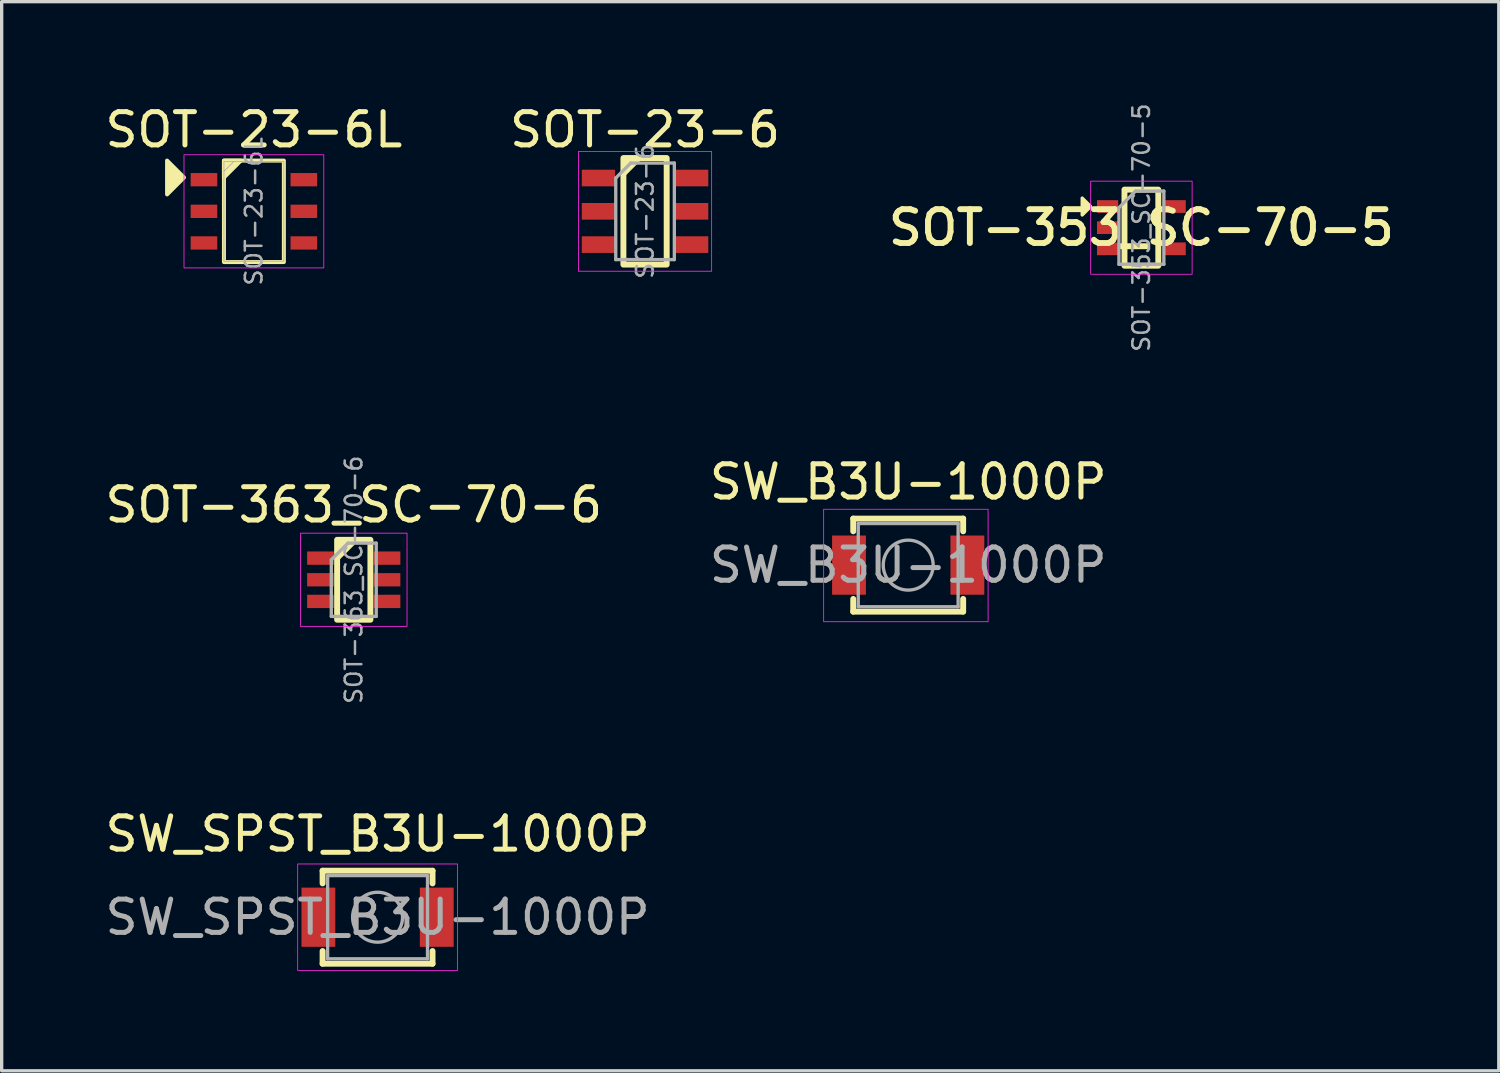
<source format=kicad_pcb>
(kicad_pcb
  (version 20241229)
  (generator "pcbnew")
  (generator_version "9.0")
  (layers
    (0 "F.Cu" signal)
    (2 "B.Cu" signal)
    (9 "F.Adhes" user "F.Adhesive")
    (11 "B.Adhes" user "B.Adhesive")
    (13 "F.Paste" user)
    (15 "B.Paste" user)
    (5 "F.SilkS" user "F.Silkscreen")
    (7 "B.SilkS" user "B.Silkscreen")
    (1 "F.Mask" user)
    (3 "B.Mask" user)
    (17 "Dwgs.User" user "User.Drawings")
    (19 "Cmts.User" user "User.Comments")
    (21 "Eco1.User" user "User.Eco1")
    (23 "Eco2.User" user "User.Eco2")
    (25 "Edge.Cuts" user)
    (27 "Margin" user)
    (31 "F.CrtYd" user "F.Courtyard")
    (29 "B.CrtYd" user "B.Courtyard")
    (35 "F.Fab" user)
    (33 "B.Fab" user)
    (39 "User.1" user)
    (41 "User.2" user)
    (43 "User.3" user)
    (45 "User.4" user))
  (footprint "SOT-23-6L"
    (layer "F.Cu")
    (at 4.577 3.298)
    (property "Reference" "SOT-23-6L" (at 0 -2.45 0) (layer "F.SilkS") (effects (font (size 1 1) (thickness 0.15))))
    (attr smd)
    (fp_rect (start -0.9 -1.524) (end 0.9 1.524) (stroke (width 0.12) (type solid)) (fill no) (layer "F.SilkS"))
    (fp_poly (pts (xy -2.1 -1.016) (xy -2.608 -0.508) (xy -2.608 -1.524)) (stroke (width 0.12) (type solid)) (fill yes) (layer "F.SilkS"))
    (fp_poly (pts (xy -0.9 -1.016) (xy -0.9 -1.524) (xy -0.392 -1.524)) (stroke (width 0.12) (type solid)) (fill yes) (layer "F.SilkS"))
    (fp_rect (start -2.1 -1.7) (end 2.1 1.7) (stroke (width 0.025) (type solid)) (fill no) (layer "F.CrtYd"))
    (fp_line (start -0.9 -1.2) (end -0.6 -1.5) (stroke (width 0.025) (type solid)) (layer "F.Fab"))
    (fp_rect (start -0.9 -1.5) (end 0.9 1.5) (stroke (width 0.025) (type solid)) (fill no) (layer "F.Fab"))
    (fp_text user "${REFERENCE}" (at 0 0 90) (layer "F.Fab") (effects (font (size 0.5 0.5) (thickness 0.075))))
    (pad "1" smd rect (at -1.5 -0.95) (size 0.8 0.4) (layers "F.Cu" "F.Mask" "F.Paste"))
    (pad "2" smd rect (at -1.5 0) (size 0.8 0.4) (layers "F.Cu" "F.Mask" "F.Paste"))
    (pad "3" smd rect (at -1.5 0.95) (size 0.8 0.4) (layers "F.Cu" "F.Mask" "F.Paste"))
    (pad "4" smd rect (at 1.5 0.95) (size 0.8 0.4) (layers "F.Cu" "F.Mask" "F.Paste"))
    (pad "5" smd rect (at 1.5 0) (size 0.8 0.4) (layers "F.Cu" "F.Mask" "F.Paste"))
    (pad "6" smd rect (at 1.5 -0.95) (size 0.8 0.4) (layers "F.Cu" "F.Mask" "F.Paste")))
  (footprint "SOT-23-6"
    (layer "F.Cu")
    (at 16.327 3.298)
    (property "Reference" "SOT-23-6" (at 0 -2.45 0) (layer "F.SilkS") (effects (font (size 1 1) (thickness 0.15))))
    (attr smd)
    (fp_rect (start -0.65 -1.6) (end 0.65 1.6) (stroke (width 0.178) (type solid)) (fill no) (layer "F.SilkS"))
    (fp_poly (pts (xy -0.65 -1.092) (xy -0.65 -1.6) (xy -0.142 -1.6)) (stroke (width 0.12) (type solid)) (fill yes) (layer "F.SilkS"))
    (fp_rect (start -2 -1.8) (end 2 1.8) (stroke (width 0.025) (type solid)) (fill no) (layer "F.CrtYd"))
    (fp_line (start -0.88 -1) (end -0.88 1.45) (stroke (width 0.1) (type solid)) (layer "F.Fab"))
    (fp_line (start -0.88 -1) (end -0.43 -1.45) (stroke (width 0.1) (type solid)) (layer "F.Fab"))
    (fp_line (start 0.88 -1.45) (end -0.43 -1.45) (stroke (width 0.1) (type solid)) (layer "F.Fab"))
    (fp_line (start 0.88 -1.45) (end 0.88 1.45) (stroke (width 0.1) (type solid)) (layer "F.Fab"))
    (fp_line (start 0.88 1.45) (end -0.88 1.45) (stroke (width 0.1) (type solid)) (layer "F.Fab"))
    (fp_text user "${REFERENCE}" (at 0 0 90) (layer "F.Fab") (effects (font (size 0.5 0.5) (thickness 0.075))))
    (pad "1" smd rect (at -1.4 -1) (size 1 0.5) (layers "F.Cu" "F.Mask" "F.Paste"))
    (pad "2" smd rect (at -1.4 0) (size 1 0.5) (layers "F.Cu" "F.Mask" "F.Paste"))
    (pad "3" smd rect (at -1.4 1) (size 1 0.5) (layers "F.Cu" "F.Mask" "F.Paste"))
    (pad "4" smd rect (at 1.4 1) (size 1 0.5) (layers "F.Cu" "F.Mask" "F.Paste"))
    (pad "5" smd rect (at 1.4 0) (size 1 0.5) (layers "F.Cu" "F.Mask" "F.Paste"))
    (pad "6" smd rect (at 1.4 -1) (size 1 0.5) (layers "F.Cu" "F.Mask" "F.Paste")))
  (footprint "SW_B3U-1000P"
    (layer "F.Cu")
    (at 24.232 13.926)
    (property "Reference" "SW_B3U-1000P" (at 0 -2.5 0) (layer "F.SilkS") (effects (font (size 1 1) (thickness 0.15))))
    (attr smd)
    (fp_line (start -1.651 -1.397) (end 1.651 -1.397) (stroke (width 0.178) (type solid)) (layer "F.SilkS"))
    (fp_line (start -1.651 -1.016) (end -1.651 -1.397) (stroke (width 0.178) (type solid)) (layer "F.SilkS"))
    (fp_line (start -1.651 1.397) (end -1.651 1.016) (stroke (width 0.178) (type solid)) (layer "F.SilkS"))
    (fp_line (start 1.651 -1.397) (end 1.651 -1.016) (stroke (width 0.178) (type solid)) (layer "F.SilkS"))
    (fp_line (start 1.651 1.016) (end 1.651 1.397) (stroke (width 0.178) (type solid)) (layer "F.SilkS"))
    (fp_line (start 1.651 1.397) (end -1.651 1.397) (stroke (width 0.178) (type solid)) (layer "F.SilkS"))
    (fp_rect (start -2.54 -1.678) (end 2.4 1.7) (stroke (width 0.025) (type solid)) (fill no) (layer "F.CrtYd"))
    (fp_line (start -1.5 -1.25) (end 1.5 -1.25) (stroke (width 0.1) (type solid)) (layer "F.Fab"))
    (fp_line (start -1.5 1.25) (end -1.5 -1.25) (stroke (width 0.1) (type solid)) (layer "F.Fab"))
    (fp_line (start 1.5 -1.25) (end 1.5 1.25) (stroke (width 0.1) (type solid)) (layer "F.Fab"))
    (fp_line (start 1.5 1.25) (end -1.5 1.25) (stroke (width 0.1) (type solid)) (layer "F.Fab"))
    (fp_circle (center 0 0) (end 0.75 0) (stroke (width 0.1) (type solid)) (fill no) (layer "F.Fab"))
    (fp_text user "${REFERENCE}" (at 0 0 0) (layer "F.Fab") (effects (font (size 1 1) (thickness 0.15))))
    (pad "1" smd rect (at -1.778 0) (size 1.016 1.778) (layers "F.Cu" "F.Mask" "F.Paste"))
    (pad "2" smd rect (at 1.778 0) (size 1.016 1.778) (layers "F.Cu" "F.Mask" "F.Paste")))
  (footprint "SW_SPST_B3U-1000P"
    (layer "F.Cu")
    (at 8.292 24.503)
    (property "Reference" "SW_SPST_B3U-1000P" (at 0 -2.5 0) (layer "F.SilkS") (effects (font (size 1 1) (thickness 0.15))))
    (attr smd)
    (fp_line (start -1.651 -1.397) (end 1.651 -1.397) (stroke (width 0.178) (type solid)) (layer "F.SilkS"))
    (fp_line (start -1.651 -1.016) (end -1.651 -1.397) (stroke (width 0.178) (type solid)) (layer "F.SilkS"))
    (fp_line (start -1.651 1.397) (end -1.651 1.016) (stroke (width 0.178) (type solid)) (layer "F.SilkS"))
    (fp_line (start 1.651 -1.397) (end 1.651 -1.016) (stroke (width 0.178) (type solid)) (layer "F.SilkS"))
    (fp_line (start 1.651 1.016) (end 1.651 1.397) (stroke (width 0.178) (type solid)) (layer "F.SilkS"))
    (fp_line (start 1.651 1.397) (end -1.651 1.397) (stroke (width 0.178) (type solid)) (layer "F.SilkS"))
    (fp_rect (start -2.4 -1.6) (end 2.4 1.6) (stroke (width 0.025) (type solid)) (fill no) (layer "F.CrtYd"))
    (fp_line (start -1.5 -1.25) (end 1.5 -1.25) (stroke (width 0.1) (type solid)) (layer "F.Fab"))
    (fp_line (start -1.5 1.25) (end -1.5 -1.25) (stroke (width 0.1) (type solid)) (layer "F.Fab"))
    (fp_line (start 1.5 -1.25) (end 1.5 1.25) (stroke (width 0.1) (type solid)) (layer "F.Fab"))
    (fp_line (start 1.5 1.25) (end -1.5 1.25) (stroke (width 0.1) (type solid)) (layer "F.Fab"))
    (fp_circle (center 0 0) (end 0.75 0) (stroke (width 0.1) (type solid)) (fill no) (layer "F.Fab"))
    (fp_text user "${REFERENCE}" (at 0 0 0) (layer "F.Fab") (effects (font (size 1 1) (thickness 0.15))))
    (pad "1" smd rect (at -1.778 0) (size 1.016 1.778) (layers "F.Cu" "F.Mask" "F.Paste"))
    (pad "2" smd rect (at 1.778 0) (size 1.016 1.778) (layers "F.Cu" "F.Mask" "F.Paste")))
  (footprint "SOT-363_SC-70-6"
    (layer "F.Cu")
    (at 7.577 14.366)
    (property "Reference" "SOT-363_SC-70-6" (at 0 -2.25 0) (layer "F.SilkS") (effects (font (size 1 1) (thickness 0.15))))
    (attr smd)
    (fp_rect (start -0.5 -1.2) (end 0.5 1.2) (stroke (width 0.178) (type default)) (fill no) (layer "F.SilkS"))
    (fp_poly (pts (xy -0.5 -1.2) (xy -0.5 -0.6) (xy 0.1 -1.2)) (stroke (width 0.1) (type solid)) (fill yes) (layer "F.SilkS"))
    (fp_rect (start -1.6 -1.4) (end 1.6 1.4) (stroke (width 0.025) (type default)) (fill no) (layer "F.CrtYd"))
    (fp_line (start -0.675 -0.6) (end -0.675 1.1) (stroke (width 0.1) (type solid)) (layer "F.Fab"))
    (fp_line (start -0.175 -1.1) (end -0.675 -0.6) (stroke (width 0.1) (type solid)) (layer "F.Fab"))
    (fp_line (start 0.675 -1.1) (end -0.175 -1.1) (stroke (width 0.1) (type solid)) (layer "F.Fab"))
    (fp_line (start 0.675 -1.1) (end 0.675 1.1) (stroke (width 0.1) (type solid)) (layer "F.Fab"))
    (fp_line (start 0.675 1.1) (end -0.675 1.1) (stroke (width 0.1) (type solid)) (layer "F.Fab"))
    (fp_text user "${REFERENCE}" (at 0 0 90) (layer "F.Fab") (effects (font (size 0.5 0.5) (thickness 0.075))))
    (pad "1" smd rect (at -1 -0.65) (size 0.8 0.4) (layers "F.Cu" "F.Mask" "F.Paste"))
    (pad "2" smd rect (at -1 0) (size 0.8 0.4) (layers "F.Cu" "F.Mask" "F.Paste"))
    (pad "3" smd rect (at -1 0.65) (size 0.8 0.4) (layers "F.Cu" "F.Mask" "F.Paste"))
    (pad "4" smd rect (at 1 0.65) (size 0.8 0.4) (layers "F.Cu" "F.Mask" "F.Paste"))
    (pad "5" smd rect (at 1 0) (size 0.8 0.4) (layers "F.Cu" "F.Mask" "F.Paste"))
    (pad "6" smd rect (at 1 -0.65) (size 0.8 0.4) (layers "F.Cu" "F.Mask" "F.Paste")))
  (footprint "SOT-353_SC-70-5"
    (layer "F.Cu")
    (at 31.237 3.789)
    (property "Reference" "SOT-353_SC-70-5" (at 0 0 0) (layer "F.SilkS") (effects (font (size 1.016 1.016) (thickness 0.178))))
    (attr smd)
    (fp_rect (start -0.508 -1.143) (end 0.508 1.143) (stroke (width 0.178) (type solid)) (fill no) (layer "F.SilkS"))
    (fp_poly (pts (xy -1.524 -0.635) (xy -1.778 -0.381) (xy -1.778 -0.889)) (stroke (width 0.1) (type solid)) (fill yes) (layer "F.SilkS"))
    (fp_rect (start -1.524 -1.397) (end 1.524 1.4) (stroke (width 0.025) (type solid)) (fill no) (layer "F.CrtYd"))
    (fp_line (start -0.675 -0.6) (end -0.675 1.1) (stroke (width 0.1) (type solid)) (layer "F.Fab"))
    (fp_line (start -0.175 -1.1) (end -0.675 -0.6) (stroke (width 0.1) (type solid)) (layer "F.Fab"))
    (fp_line (start 0.675 -1.1) (end -0.175 -1.1) (stroke (width 0.1) (type solid)) (layer "F.Fab"))
    (fp_line (start 0.675 -1.1) (end 0.675 1.1) (stroke (width 0.1) (type solid)) (layer "F.Fab"))
    (fp_line (start 0.675 1.1) (end -0.675 1.1) (stroke (width 0.1) (type solid)) (layer "F.Fab"))
    (fp_text user "${REFERENCE}" (at 0 0 90) (layer "F.Fab") (effects (font (size 0.5 0.5) (thickness 0.075))))
    (pad "1" smd rect (at -1.016 -0.635) (size 0.635 0.381) (layers "F.Cu" "F.Mask" "F.Paste"))
    (pad "2" smd rect (at -1.016 0) (size 0.635 0.381) (layers "F.Cu" "F.Mask" "F.Paste"))
    (pad "3" smd rect (at -1.016 0.635) (size 0.635 0.381) (layers "F.Cu" "F.Mask" "F.Paste"))
    (pad "4" smd rect (at 1.016 0.635) (size 0.635 0.381) (layers "F.Cu" "F.Mask" "F.Paste"))
    (pad "5" smd rect (at 1.016 -0.635) (size 0.635 0.381) (layers "F.Cu" "F.Mask" "F.Paste")))
  (gr_rect
    (start -3 -3)
    (end 41.973 29.116)
    (stroke (width 0.1) (type default))
    (fill no)
    (layer "Edge.Cuts")))
</source>
